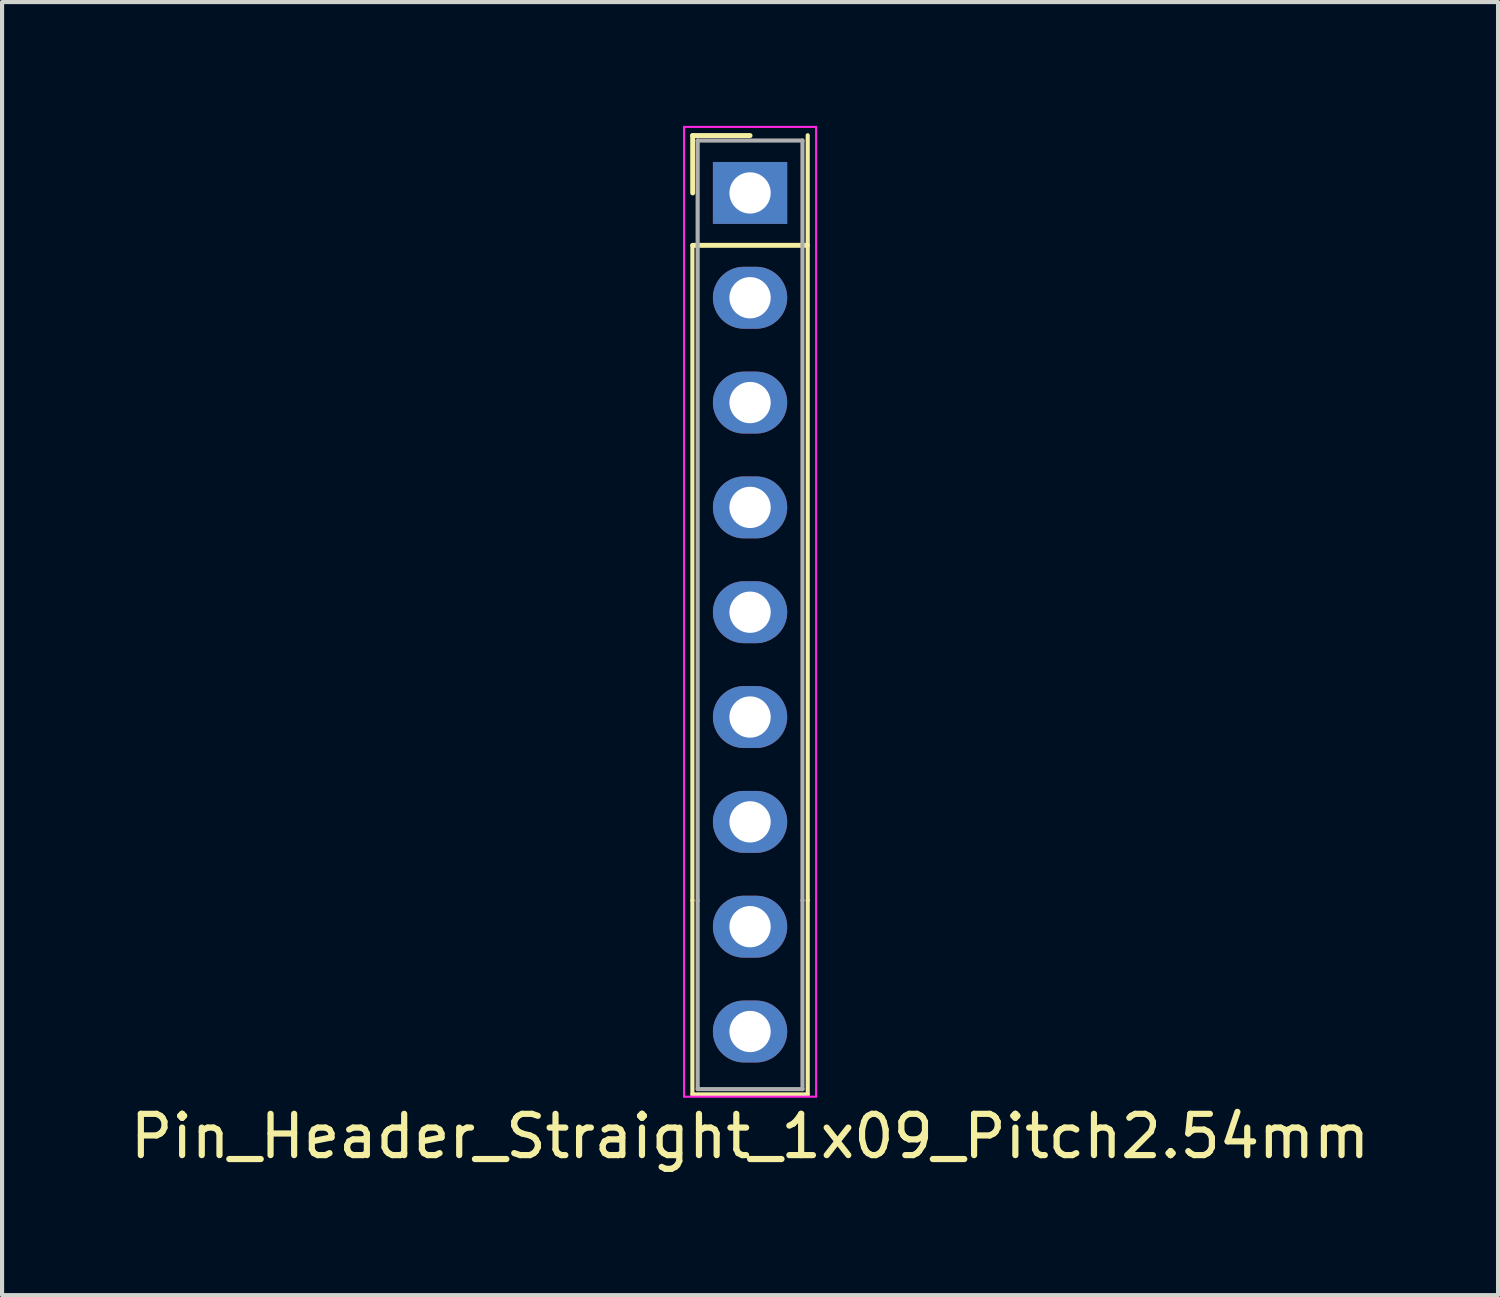
<source format=kicad_pcb>
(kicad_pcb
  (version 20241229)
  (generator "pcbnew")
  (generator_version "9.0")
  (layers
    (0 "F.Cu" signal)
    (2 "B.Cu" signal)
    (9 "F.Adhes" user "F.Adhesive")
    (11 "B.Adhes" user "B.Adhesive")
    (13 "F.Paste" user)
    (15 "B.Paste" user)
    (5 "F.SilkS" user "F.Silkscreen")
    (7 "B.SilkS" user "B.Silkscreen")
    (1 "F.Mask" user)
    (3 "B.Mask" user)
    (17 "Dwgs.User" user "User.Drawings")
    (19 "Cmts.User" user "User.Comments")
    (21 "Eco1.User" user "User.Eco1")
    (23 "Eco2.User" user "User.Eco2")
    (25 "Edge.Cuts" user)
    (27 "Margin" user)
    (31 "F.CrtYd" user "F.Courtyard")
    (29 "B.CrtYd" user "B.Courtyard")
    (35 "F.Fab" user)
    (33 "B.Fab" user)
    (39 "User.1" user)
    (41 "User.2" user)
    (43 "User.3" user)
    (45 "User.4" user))
  (footprint "Pin_Header_Straight_1x09_Pitch2.54mm"
    (layer "F.Cu")
    (at 15.125 1.625)
    (property "Reference" "Pin_Header_Straight_1x09_Pitch2.54mm" (at 0 22.86 0) (layer "F.SilkS") (effects (font (size 1 1) (thickness 0.15))))
    (attr through_hole)
    (fp_line (start -1.397 17.145) (end -1.397 1.27) (stroke (width 0.1) (type solid)) (layer "F.SilkS"))
    (fp_line (start -1.397 17.145) (end -1.397 21.844) (stroke (width 0.1) (type solid)) (layer "F.SilkS"))
    (fp_line (start -1.397 21.844) (end 1.397 21.844) (stroke (width 0.1) (type solid)) (layer "F.SilkS"))
    (fp_line (start -1.39 -1.39) (end 0 -1.39) (stroke (width 0.12) (type solid)) (layer "F.SilkS"))
    (fp_line (start -1.39 0) (end -1.39 -1.39) (stroke (width 0.12) (type solid)) (layer "F.SilkS"))
    (fp_line (start 1.39 1.27) (end -1.39 1.27) (stroke (width 0.12) (type solid)) (layer "F.SilkS"))
    (fp_line (start 1.397 17.145) (end 1.397 -1.397) (stroke (width 0.1) (type solid)) (layer "F.SilkS"))
    (fp_line (start 1.397 21.844) (end 1.397 17.145) (stroke (width 0.1) (type solid)) (layer "F.SilkS"))
    (fp_line (start -1.6 -1.6) (end -1.6 21.9) (stroke (width 0.05) (type solid)) (layer "F.CrtYd"))
    (fp_line (start -1.6 21.9) (end 1.6 21.9) (stroke (width 0.05) (type solid)) (layer "F.CrtYd"))
    (fp_line (start 1.6 -1.6) (end -1.6 -1.6) (stroke (width 0.05) (type solid)) (layer "F.CrtYd"))
    (fp_line (start 1.6 21.9) (end 1.6 -1.6) (stroke (width 0.05) (type solid)) (layer "F.CrtYd"))
    (fp_line (start -1.27 17.145) (end -1.27 -1.27) (stroke (width 0.1) (type solid)) (layer "F.Fab"))
    (fp_line (start -1.27 17.145) (end -1.27 21.717) (stroke (width 0.1) (type solid)) (layer "F.Fab"))
    (fp_line (start -1.27 21.717) (end 1.27 21.717) (stroke (width 0.1) (type solid)) (layer "F.Fab"))
    (fp_line (start 1.27 -1.27) (end -1.27 -1.27) (stroke (width 0.1) (type solid)) (layer "F.Fab"))
    (fp_line (start 1.27 -1.27) (end 1.27 17.145) (stroke (width 0.1) (type solid)) (layer "F.Fab"))
    (fp_line (start 1.27 21.717) (end 1.27 17.145) (stroke (width 0.1) (type solid)) (layer "F.Fab"))
    (pad "1" thru_hole rect (at 0 0) (size 1.8 1.5) (drill 1) (layers "*.Cu" "*.Mask"))
    (pad "2" thru_hole oval (at 0 2.54) (size 1.8 1.5) (drill 1) (layers "*.Cu" "*.Mask"))
    (pad "3" thru_hole oval (at 0 5.08) (size 1.8 1.5) (drill 1) (layers "*.Cu" "*.Mask"))
    (pad "4" thru_hole oval (at 0 7.62) (size 1.8 1.5) (drill 1) (layers "*.Cu" "*.Mask"))
    (pad "5" thru_hole oval (at 0 10.16) (size 1.8 1.5) (drill 1) (layers "*.Cu" "*.Mask"))
    (pad "6" thru_hole oval (at 0 12.7) (size 1.8 1.5) (drill 1) (layers "*.Cu" "*.Mask"))
    (pad "7" thru_hole oval (at 0 15.24) (size 1.8 1.5) (drill 1) (layers "*.Cu" "*.Mask"))
    (pad "8" thru_hole oval (at 0 17.78) (size 1.8 1.5) (drill 1) (layers "*.Cu" "*.Mask"))
    (pad "9" thru_hole oval (at 0 20.32) (size 1.8 1.5) (drill 1) (layers "*.Cu" "*.Mask")))
  (gr_rect
    (start -3 -3)
    (end 33.25 28.333)
    (stroke (width 0.1) (type default))
    (fill no)
    (layer "Edge.Cuts")))
</source>
